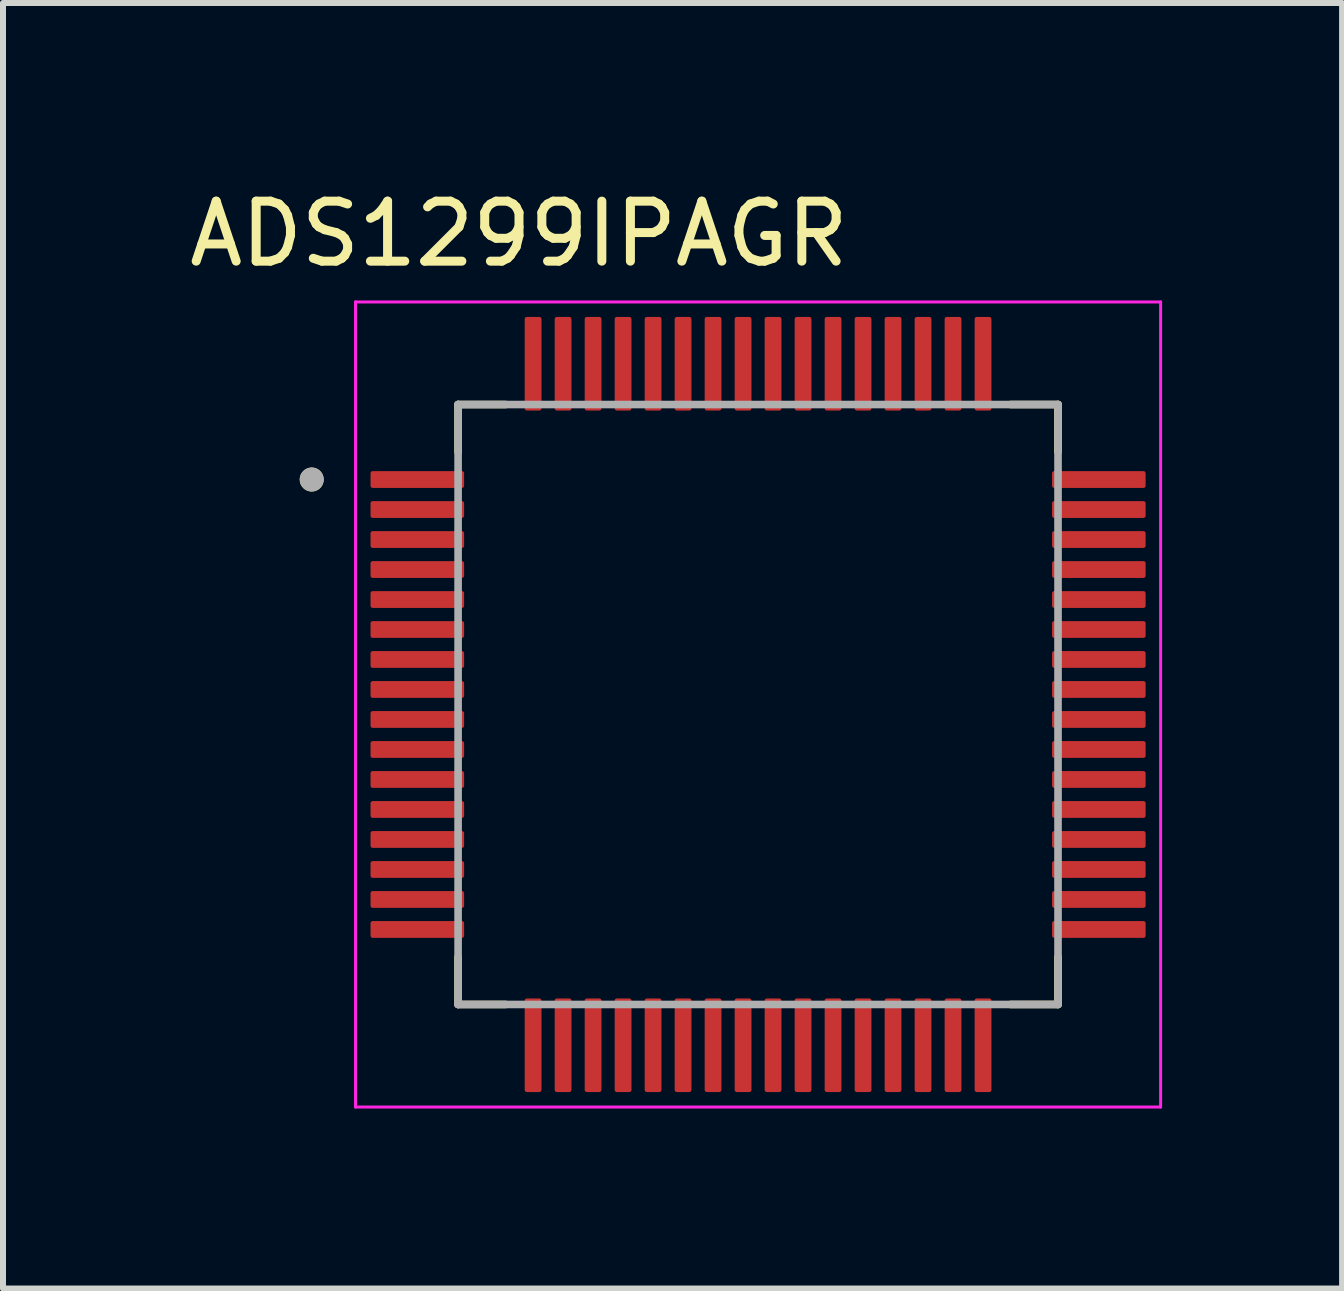
<source format=kicad_pcb>
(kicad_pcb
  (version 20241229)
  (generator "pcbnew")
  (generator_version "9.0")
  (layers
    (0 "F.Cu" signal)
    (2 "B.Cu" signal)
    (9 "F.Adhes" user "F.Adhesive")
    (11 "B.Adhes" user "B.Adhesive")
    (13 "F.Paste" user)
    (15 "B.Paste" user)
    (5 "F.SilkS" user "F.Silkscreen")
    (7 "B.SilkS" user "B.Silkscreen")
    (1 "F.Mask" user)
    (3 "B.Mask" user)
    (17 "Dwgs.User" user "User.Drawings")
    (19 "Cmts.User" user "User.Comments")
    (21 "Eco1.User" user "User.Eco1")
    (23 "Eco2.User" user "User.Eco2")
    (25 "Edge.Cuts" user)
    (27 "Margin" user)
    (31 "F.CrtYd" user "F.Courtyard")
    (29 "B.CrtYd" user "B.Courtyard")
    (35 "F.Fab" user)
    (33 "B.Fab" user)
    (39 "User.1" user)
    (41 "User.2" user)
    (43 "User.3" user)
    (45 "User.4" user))
  (footprint "ADS1299IPAGR"
    (layer "F.Cu")
    (at 9.586 8.693)
    (property "Reference" "ADS1299IPAGR" (at -3.985 -7.845 0) (layer "F.SilkS") (effects (font (size 1 1) (thickness 0.15))))
    (attr smd)
    (fp_line (start -5 -5) (end -5 -4.21) (stroke (width 0.127) (type solid)) (layer "F.SilkS"))
    (fp_line (start -5 -5) (end -4.21 -5) (stroke (width 0.127) (type solid)) (layer "F.SilkS"))
    (fp_line (start -5 5) (end -5 4.21) (stroke (width 0.127) (type solid)) (layer "F.SilkS"))
    (fp_line (start -5 5) (end -4.21 5) (stroke (width 0.127) (type solid)) (layer "F.SilkS"))
    (fp_line (start 5 -5) (end 4.21 -5) (stroke (width 0.127) (type solid)) (layer "F.SilkS"))
    (fp_line (start 5 -5) (end 5 -4.21) (stroke (width 0.127) (type solid)) (layer "F.SilkS"))
    (fp_line (start 5 5) (end 4.21 5) (stroke (width 0.127) (type solid)) (layer "F.SilkS"))
    (fp_line (start 5 5) (end 5 4.21) (stroke (width 0.127) (type solid)) (layer "F.SilkS"))
    (fp_circle (center -7.44 -3.75) (end -7.34 -3.75) (stroke (width 0.2) (type solid)) (fill no) (layer "F.SilkS"))
    (fp_line (start -6.71 -6.71) (end 6.71 -6.71) (stroke (width 0.05) (type solid)) (layer "F.CrtYd"))
    (fp_line (start -6.71 6.71) (end -6.71 -6.71) (stroke (width 0.05) (type solid)) (layer "F.CrtYd"))
    (fp_line (start -6.71 6.71) (end 6.71 6.71) (stroke (width 0.05) (type solid)) (layer "F.CrtYd"))
    (fp_line (start 6.71 6.71) (end 6.71 -6.71) (stroke (width 0.05) (type solid)) (layer "F.CrtYd"))
    (fp_line (start -5 5) (end -5 -5) (stroke (width 0.127) (type solid)) (layer "F.Fab"))
    (fp_line (start 5 -5) (end -5 -5) (stroke (width 0.127) (type solid)) (layer "F.Fab"))
    (fp_line (start 5 5) (end -5 5) (stroke (width 0.127) (type solid)) (layer "F.Fab"))
    (fp_line (start 5 5) (end 5 -5) (stroke (width 0.127) (type solid)) (layer "F.Fab"))
    (fp_circle (center -7.44 -3.75) (end -7.34 -3.75) (stroke (width 0.2) (type solid)) (fill no) (layer "F.Fab"))
    (pad "1" smd roundrect (at -5.68 -3.75) (size 1.56 0.28) (layers "F.Cu" "F.Mask" "F.Paste") (roundrect_rratio 0.125))
    (pad "2" smd roundrect (at -5.68 -3.25) (size 1.56 0.28) (layers "F.Cu" "F.Mask" "F.Paste") (roundrect_rratio 0.125))
    (pad "3" smd roundrect (at -5.68 -2.75) (size 1.56 0.28) (layers "F.Cu" "F.Mask" "F.Paste") (roundrect_rratio 0.125))
    (pad "4" smd roundrect (at -5.68 -2.25) (size 1.56 0.28) (layers "F.Cu" "F.Mask" "F.Paste") (roundrect_rratio 0.125))
    (pad "5" smd roundrect (at -5.68 -1.75) (size 1.56 0.28) (layers "F.Cu" "F.Mask" "F.Paste") (roundrect_rratio 0.125))
    (pad "6" smd roundrect (at -5.68 -1.25) (size 1.56 0.28) (layers "F.Cu" "F.Mask" "F.Paste") (roundrect_rratio 0.125))
    (pad "7" smd roundrect (at -5.68 -0.75) (size 1.56 0.28) (layers "F.Cu" "F.Mask" "F.Paste") (roundrect_rratio 0.125))
    (pad "8" smd roundrect (at -5.68 -0.25) (size 1.56 0.28) (layers "F.Cu" "F.Mask" "F.Paste") (roundrect_rratio 0.125))
    (pad "9" smd roundrect (at -5.68 0.25) (size 1.56 0.28) (layers "F.Cu" "F.Mask" "F.Paste") (roundrect_rratio 0.125))
    (pad "10" smd roundrect (at -5.68 0.75) (size 1.56 0.28) (layers "F.Cu" "F.Mask" "F.Paste") (roundrect_rratio 0.125))
    (pad "11" smd roundrect (at -5.68 1.25) (size 1.56 0.28) (layers "F.Cu" "F.Mask" "F.Paste") (roundrect_rratio 0.125))
    (pad "12" smd roundrect (at -5.68 1.75) (size 1.56 0.28) (layers "F.Cu" "F.Mask" "F.Paste") (roundrect_rratio 0.125))
    (pad "13" smd roundrect (at -5.68 2.25) (size 1.56 0.28) (layers "F.Cu" "F.Mask" "F.Paste") (roundrect_rratio 0.125))
    (pad "14" smd roundrect (at -5.68 2.75) (size 1.56 0.28) (layers "F.Cu" "F.Mask" "F.Paste") (roundrect_rratio 0.125))
    (pad "15" smd roundrect (at -5.68 3.25) (size 1.56 0.28) (layers "F.Cu" "F.Mask" "F.Paste") (roundrect_rratio 0.125))
    (pad "16" smd roundrect (at -5.68 3.75) (size 1.56 0.28) (layers "F.Cu" "F.Mask" "F.Paste") (roundrect_rratio 0.125))
    (pad "17" smd roundrect (at -3.75 5.68) (size 0.28 1.56) (layers "F.Cu" "F.Mask" "F.Paste") (roundrect_rratio 0.125))
    (pad "18" smd roundrect (at -3.25 5.68) (size 0.28 1.56) (layers "F.Cu" "F.Mask" "F.Paste") (roundrect_rratio 0.125))
    (pad "19" smd roundrect (at -2.75 5.68) (size 0.28 1.56) (layers "F.Cu" "F.Mask" "F.Paste") (roundrect_rratio 0.125))
    (pad "20" smd roundrect (at -2.25 5.68) (size 0.28 1.56) (layers "F.Cu" "F.Mask" "F.Paste") (roundrect_rratio 0.125))
    (pad "21" smd roundrect (at -1.75 5.68) (size 0.28 1.56) (layers "F.Cu" "F.Mask" "F.Paste") (roundrect_rratio 0.125))
    (pad "22" smd roundrect (at -1.25 5.68) (size 0.28 1.56) (layers "F.Cu" "F.Mask" "F.Paste") (roundrect_rratio 0.125))
    (pad "23" smd roundrect (at -0.75 5.68) (size 0.28 1.56) (layers "F.Cu" "F.Mask" "F.Paste") (roundrect_rratio 0.125))
    (pad "24" smd roundrect (at -0.25 5.68) (size 0.28 1.56) (layers "F.Cu" "F.Mask" "F.Paste") (roundrect_rratio 0.125))
    (pad "25" smd roundrect (at 0.25 5.68) (size 0.28 1.56) (layers "F.Cu" "F.Mask" "F.Paste") (roundrect_rratio 0.125))
    (pad "26" smd roundrect (at 0.75 5.68) (size 0.28 1.56) (layers "F.Cu" "F.Mask" "F.Paste") (roundrect_rratio 0.125))
    (pad "27" smd roundrect (at 1.25 5.68) (size 0.28 1.56) (layers "F.Cu" "F.Mask" "F.Paste") (roundrect_rratio 0.125))
    (pad "28" smd roundrect (at 1.75 5.68) (size 0.28 1.56) (layers "F.Cu" "F.Mask" "F.Paste") (roundrect_rratio 0.125))
    (pad "29" smd roundrect (at 2.25 5.68) (size 0.28 1.56) (layers "F.Cu" "F.Mask" "F.Paste") (roundrect_rratio 0.125))
    (pad "30" smd roundrect (at 2.75 5.68) (size 0.28 1.56) (layers "F.Cu" "F.Mask" "F.Paste") (roundrect_rratio 0.125))
    (pad "31" smd roundrect (at 3.25 5.68) (size 0.28 1.56) (layers "F.Cu" "F.Mask" "F.Paste") (roundrect_rratio 0.125))
    (pad "32" smd roundrect (at 3.75 5.68) (size 0.28 1.56) (layers "F.Cu" "F.Mask" "F.Paste") (roundrect_rratio 0.125))
    (pad "33" smd roundrect (at 5.68 3.75) (size 1.56 0.28) (layers "F.Cu" "F.Mask" "F.Paste") (roundrect_rratio 0.125))
    (pad "34" smd roundrect (at 5.68 3.25) (size 1.56 0.28) (layers "F.Cu" "F.Mask" "F.Paste") (roundrect_rratio 0.125))
    (pad "35" smd roundrect (at 5.68 2.75) (size 1.56 0.28) (layers "F.Cu" "F.Mask" "F.Paste") (roundrect_rratio 0.125))
    (pad "36" smd roundrect (at 5.68 2.25) (size 1.56 0.28) (layers "F.Cu" "F.Mask" "F.Paste") (roundrect_rratio 0.125))
    (pad "37" smd roundrect (at 5.68 1.75) (size 1.56 0.28) (layers "F.Cu" "F.Mask" "F.Paste") (roundrect_rratio 0.125))
    (pad "38" smd roundrect (at 5.68 1.25) (size 1.56 0.28) (layers "F.Cu" "F.Mask" "F.Paste") (roundrect_rratio 0.125))
    (pad "39" smd roundrect (at 5.68 0.75) (size 1.56 0.28) (layers "F.Cu" "F.Mask" "F.Paste") (roundrect_rratio 0.125))
    (pad "40" smd roundrect (at 5.68 0.25) (size 1.56 0.28) (layers "F.Cu" "F.Mask" "F.Paste") (roundrect_rratio 0.125))
    (pad "41" smd roundrect (at 5.68 -0.25) (size 1.56 0.28) (layers "F.Cu" "F.Mask" "F.Paste") (roundrect_rratio 0.125))
    (pad "42" smd roundrect (at 5.68 -0.75) (size 1.56 0.28) (layers "F.Cu" "F.Mask" "F.Paste") (roundrect_rratio 0.125))
    (pad "43" smd roundrect (at 5.68 -1.25) (size 1.56 0.28) (layers "F.Cu" "F.Mask" "F.Paste") (roundrect_rratio 0.125))
    (pad "44" smd roundrect (at 5.68 -1.75) (size 1.56 0.28) (layers "F.Cu" "F.Mask" "F.Paste") (roundrect_rratio 0.125))
    (pad "45" smd roundrect (at 5.68 -2.25) (size 1.56 0.28) (layers "F.Cu" "F.Mask" "F.Paste") (roundrect_rratio 0.125))
    (pad "46" smd roundrect (at 5.68 -2.75) (size 1.56 0.28) (layers "F.Cu" "F.Mask" "F.Paste") (roundrect_rratio 0.125))
    (pad "47" smd roundrect (at 5.68 -3.25) (size 1.56 0.28) (layers "F.Cu" "F.Mask" "F.Paste") (roundrect_rratio 0.125))
    (pad "48" smd roundrect (at 5.68 -3.75) (size 1.56 0.28) (layers "F.Cu" "F.Mask" "F.Paste") (roundrect_rratio 0.125))
    (pad "49" smd roundrect (at 3.75 -5.68) (size 0.28 1.56) (layers "F.Cu" "F.Mask" "F.Paste") (roundrect_rratio 0.125))
    (pad "50" smd roundrect (at 3.25 -5.68) (size 0.28 1.56) (layers "F.Cu" "F.Mask" "F.Paste") (roundrect_rratio 0.125))
    (pad "51" smd roundrect (at 2.75 -5.68) (size 0.28 1.56) (layers "F.Cu" "F.Mask" "F.Paste") (roundrect_rratio 0.125))
    (pad "52" smd roundrect (at 2.25 -5.68) (size 0.28 1.56) (layers "F.Cu" "F.Mask" "F.Paste") (roundrect_rratio 0.125))
    (pad "53" smd roundrect (at 1.75 -5.68) (size 0.28 1.56) (layers "F.Cu" "F.Mask" "F.Paste") (roundrect_rratio 0.125))
    (pad "54" smd roundrect (at 1.25 -5.68) (size 0.28 1.56) (layers "F.Cu" "F.Mask" "F.Paste") (roundrect_rratio 0.125))
    (pad "55" smd roundrect (at 0.75 -5.68) (size 0.28 1.56) (layers "F.Cu" "F.Mask" "F.Paste") (roundrect_rratio 0.125))
    (pad "56" smd roundrect (at 0.25 -5.68) (size 0.28 1.56) (layers "F.Cu" "F.Mask" "F.Paste") (roundrect_rratio 0.125))
    (pad "57" smd roundrect (at -0.25 -5.68) (size 0.28 1.56) (layers "F.Cu" "F.Mask" "F.Paste") (roundrect_rratio 0.125))
    (pad "58" smd roundrect (at -0.75 -5.68) (size 0.28 1.56) (layers "F.Cu" "F.Mask" "F.Paste") (roundrect_rratio 0.125))
    (pad "59" smd roundrect (at -1.25 -5.68) (size 0.28 1.56) (layers "F.Cu" "F.Mask" "F.Paste") (roundrect_rratio 0.125))
    (pad "60" smd roundrect (at -1.75 -5.68) (size 0.28 1.56) (layers "F.Cu" "F.Mask" "F.Paste") (roundrect_rratio 0.125))
    (pad "61" smd roundrect (at -2.25 -5.68) (size 0.28 1.56) (layers "F.Cu" "F.Mask" "F.Paste") (roundrect_rratio 0.125))
    (pad "62" smd roundrect (at -2.75 -5.68) (size 0.28 1.56) (layers "F.Cu" "F.Mask" "F.Paste") (roundrect_rratio 0.125))
    (pad "63" smd roundrect (at -3.25 -5.68) (size 0.28 1.56) (layers "F.Cu" "F.Mask" "F.Paste") (roundrect_rratio 0.125))
    (pad "64" smd roundrect (at -3.75 -5.68) (size 0.28 1.56) (layers "F.Cu" "F.Mask" "F.Paste") (roundrect_rratio 0.125)))
  (gr_rect
    (start -3 -3)
    (end 19.321 18.428)
    (stroke (width 0.1) (type default))
    (fill no)
    (layer "Edge.Cuts")))
</source>
